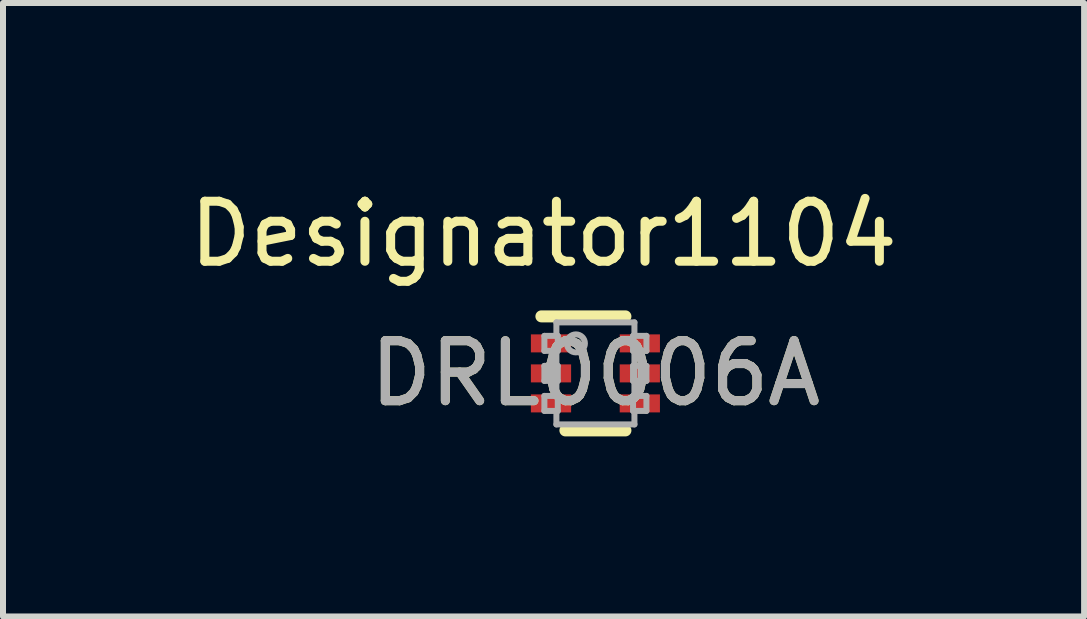
<source format=kicad_pcb>
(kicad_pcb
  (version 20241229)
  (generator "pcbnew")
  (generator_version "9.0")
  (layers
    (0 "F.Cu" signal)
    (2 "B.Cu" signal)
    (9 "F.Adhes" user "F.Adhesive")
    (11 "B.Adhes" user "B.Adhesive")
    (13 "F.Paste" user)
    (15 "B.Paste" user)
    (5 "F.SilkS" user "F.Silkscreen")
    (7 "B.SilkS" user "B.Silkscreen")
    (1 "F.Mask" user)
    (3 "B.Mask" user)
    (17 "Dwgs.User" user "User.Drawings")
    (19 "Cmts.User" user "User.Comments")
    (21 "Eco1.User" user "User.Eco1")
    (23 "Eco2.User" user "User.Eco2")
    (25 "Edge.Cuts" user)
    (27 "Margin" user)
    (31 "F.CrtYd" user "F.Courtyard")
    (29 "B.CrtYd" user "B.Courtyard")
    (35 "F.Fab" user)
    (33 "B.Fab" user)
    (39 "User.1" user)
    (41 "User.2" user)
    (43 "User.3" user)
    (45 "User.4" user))
  (footprint "DRL0006A"
    (layer "F.Cu")
    (at 6.87 3.171)
    (property "Reference" "DRL0006A" (at 0 0 0) (unlocked yes) (layer "F.SilkS") (effects (font (size 1 1) (thickness 0.15))))
    (attr smd)
    (fp_line (start -0.9 -0.95) (end 0.5 -0.95) (stroke (width 0.2) (type solid)) (layer "F.SilkS"))
    (fp_line (start -0.5 0.95) (end 0.5 0.95) (stroke (width 0.2) (type solid)) (layer "F.SilkS"))
    (fp_line (start -0.85 -0.625) (end -0.627 -0.625) (stroke (width 0.1) (type solid)) (layer "F.Fab"))
    (fp_line (start -0.85 -0.375) (end -0.85 -0.625) (stroke (width 0.1) (type solid)) (layer "F.Fab"))
    (fp_line (start -0.85 -0.375) (end -0.627 -0.375) (stroke (width 0.1) (type solid)) (layer "F.Fab"))
    (fp_line (start -0.85 -0.125) (end -0.627 -0.125) (stroke (width 0.1) (type solid)) (layer "F.Fab"))
    (fp_line (start -0.85 0.125) (end -0.85 -0.125) (stroke (width 0.1) (type solid)) (layer "F.Fab"))
    (fp_line (start -0.85 0.125) (end -0.627 0.125) (stroke (width 0.1) (type solid)) (layer "F.Fab"))
    (fp_line (start -0.85 0.375) (end -0.627 0.375) (stroke (width 0.1) (type solid)) (layer "F.Fab"))
    (fp_line (start -0.85 0.625) (end -0.85 0.375) (stroke (width 0.1) (type solid)) (layer "F.Fab"))
    (fp_line (start -0.85 0.625) (end -0.627 0.625) (stroke (width 0.1) (type solid)) (layer "F.Fab"))
    (fp_line (start -0.65 -0.85) (end 0.65 -0.85) (stroke (width 0.1) (type solid)) (layer "F.Fab"))
    (fp_line (start -0.65 -0.625) (end -0.65 -0.85) (stroke (width 0.1) (type solid)) (layer "F.Fab"))
    (fp_line (start -0.65 -0.125) (end -0.65 -0.375) (stroke (width 0.1) (type solid)) (layer "F.Fab"))
    (fp_line (start -0.65 0.375) (end -0.65 0.125) (stroke (width 0.1) (type solid)) (layer "F.Fab"))
    (fp_line (start -0.65 0.85) (end -0.65 0.625) (stroke (width 0.1) (type solid)) (layer "F.Fab"))
    (fp_line (start -0.65 0.85) (end 0.65 0.85) (stroke (width 0.1) (type solid)) (layer "F.Fab"))
    (fp_line (start -0.627 -0.375) (end -0.627 -0.625) (stroke (width 0.1) (type solid)) (layer "F.Fab"))
    (fp_line (start -0.627 0.125) (end -0.627 -0.125) (stroke (width 0.1) (type solid)) (layer "F.Fab"))
    (fp_line (start -0.627 0.625) (end -0.627 0.375) (stroke (width 0.1) (type solid)) (layer "F.Fab"))
    (fp_line (start 0.627 -0.625) (end 0.85 -0.625) (stroke (width 0.1) (type solid)) (layer "F.Fab"))
    (fp_line (start 0.627 -0.375) (end 0.627 -0.625) (stroke (width 0.1) (type solid)) (layer "F.Fab"))
    (fp_line (start 0.627 -0.375) (end 0.85 -0.375) (stroke (width 0.1) (type solid)) (layer "F.Fab"))
    (fp_line (start 0.627 -0.125) (end 0.85 -0.125) (stroke (width 0.1) (type solid)) (layer "F.Fab"))
    (fp_line (start 0.627 0.125) (end 0.627 -0.125) (stroke (width 0.1) (type solid)) (layer "F.Fab"))
    (fp_line (start 0.627 0.125) (end 0.85 0.125) (stroke (width 0.1) (type solid)) (layer "F.Fab"))
    (fp_line (start 0.627 0.375) (end 0.85 0.375) (stroke (width 0.1) (type solid)) (layer "F.Fab"))
    (fp_line (start 0.627 0.625) (end 0.627 0.375) (stroke (width 0.1) (type solid)) (layer "F.Fab"))
    (fp_line (start 0.627 0.625) (end 0.85 0.625) (stroke (width 0.1) (type solid)) (layer "F.Fab"))
    (fp_line (start 0.65 -0.625) (end 0.65 -0.85) (stroke (width 0.1) (type solid)) (layer "F.Fab"))
    (fp_line (start 0.65 0.375) (end 0.65 -0.375) (stroke (width 0.1) (type solid)) (layer "F.Fab"))
    (fp_line (start 0.65 0.85) (end 0.65 0.625) (stroke (width 0.1) (type solid)) (layer "F.Fab"))
    (fp_line (start 0.85 -0.375) (end 0.85 -0.625) (stroke (width 0.1) (type solid)) (layer "F.Fab"))
    (fp_line (start 0.85 0.625) (end 0.85 0.375) (stroke (width 0.1) (type solid)) (layer "F.Fab"))
    (fp_line (start 0.85 0.125) (end 0.85 -0.125) (stroke (width 0.1) (type solid)) (layer "F.Fab"))
    (fp_circle (center -0.325 -0.5) (end -0.175 -0.5) (stroke (width 0.1) (type solid)) (fill no) (layer "F.Fab"))
    (fp_text user "Designator1104" (at -0.864 -2.323 0) (unlocked yes) (layer "F.SilkS") (effects (font (size 1 1) (thickness 0.15))))
    (fp_text user "${REFERENCE}" (at 0 0 0) (unlocked yes) (layer "F.Fab") (effects (font (size 1 1) (thickness 0.15))))
    (pad "1" smd rect (at -0.74 -0.5 90) (size 0.3 0.67) (layers "F.Cu" "F.Mask" "F.Paste"))
    (pad "2" smd rect (at -0.74 -0.000003 90) (size 0.3 0.67) (layers "F.Cu" "F.Mask" "F.Paste"))
    (pad "3" smd rect (at -0.74 0.5 90) (size 0.3 0.67) (layers "F.Cu" "F.Mask" "F.Paste"))
    (pad "4" smd rect (at 0.74 0.5 90) (size 0.3 0.67) (layers "F.Cu" "F.Mask" "F.Paste"))
    (pad "5" smd rect (at 0.74 -0.000003 90) (size 0.3 0.67) (layers "F.Cu" "F.Mask" "F.Paste"))
    (pad "6" smd rect (at 0.74 -0.5 90) (size 0.3 0.67) (layers "F.Cu" "F.Mask" "F.Paste")))
  (gr_rect
    (start -3 -3)
    (end 15.012 7.221)
    (stroke (width 0.1) (type default))
    (fill no)
    (layer "Edge.Cuts")))
</source>
